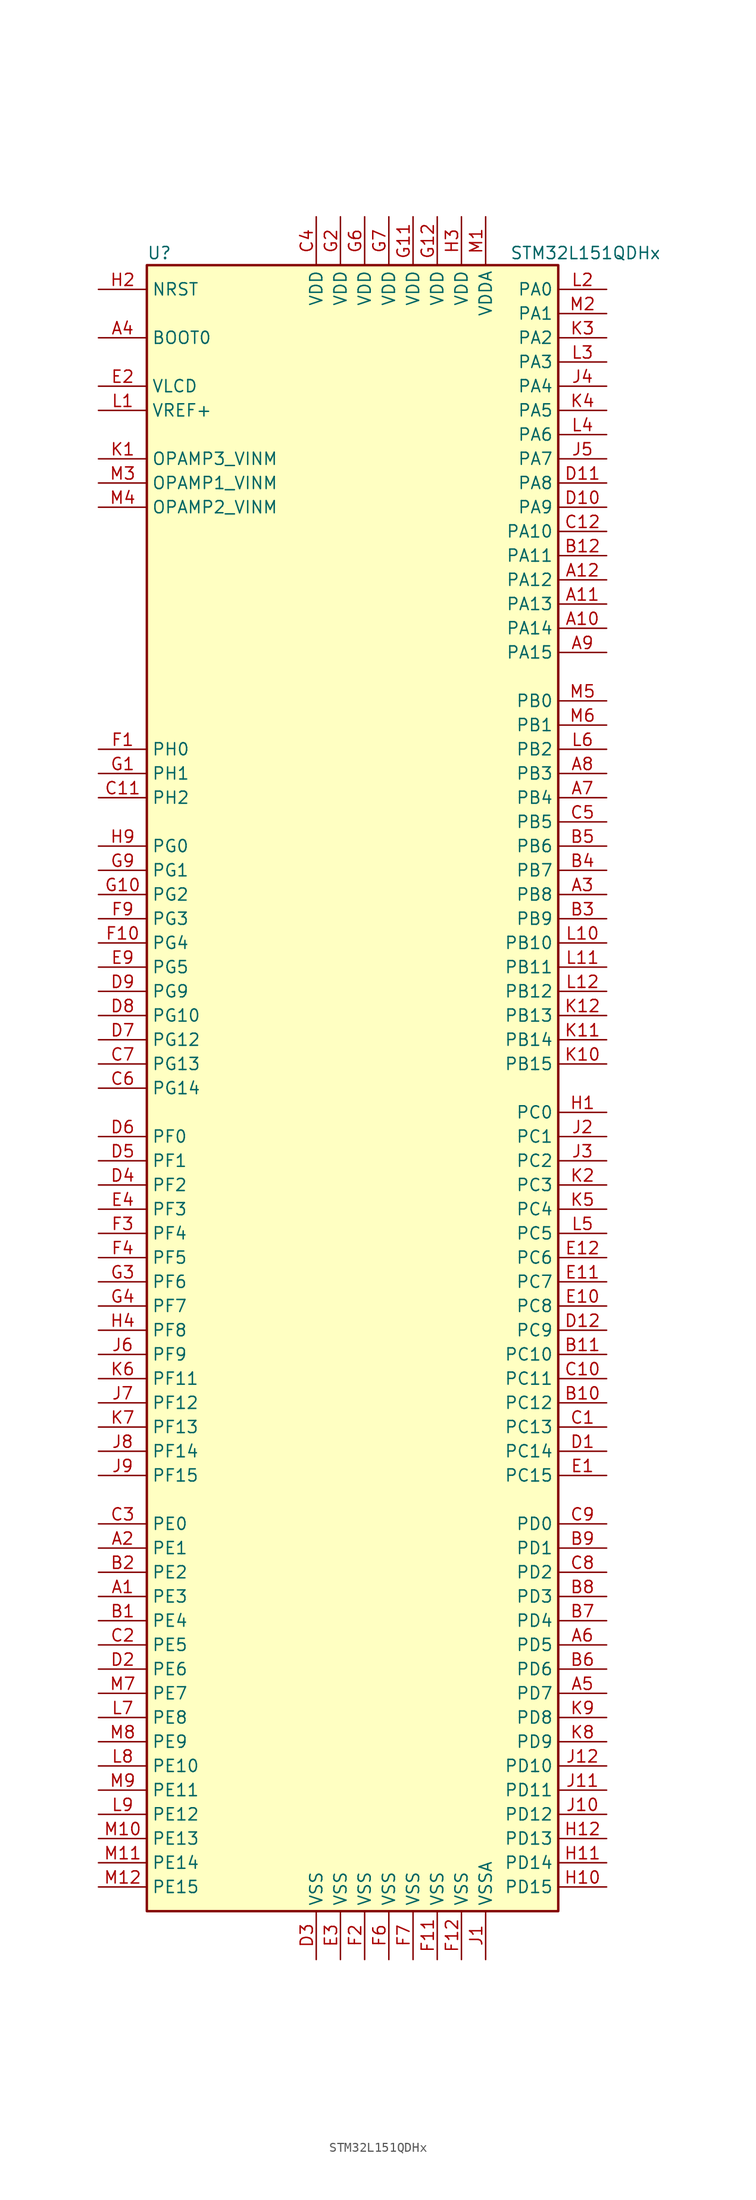
<source format=kicad_sym>
(kicad_symbol_lib
  (version 20201005)
  (generator kicad_symbol_editor)
  (symbol "STM32L151QDHx"
    (property "Reference" "U"
      (at -22.86 87.63 0)
      (effects (font (size 1.27 1.27)) (justify left)))
    (property "Value" "STM32L151QDHx"
      (at 15.24 87.63 0)
      (effects (font (size 1.27 1.27)) (justify left)))
    (symbol "STM32L151QDHx_0_1"
      (rectangle (start -22.86 -86.36) (end 20.32 86.36) (stroke (width 0.254)) (fill (type background))))
    (symbol "STM32L151QDHx_1_1"
      (pin bidirectional line (at -27.94 -53.34 0) (length 5.08) (name "PE3" (effects (font (size 1.27 1.27)))) (number "A1" (effects (font (size 1.27 1.27)))))
      (pin bidirectional line (at 25.4 48.26 180) (length 5.08) (name "PA14" (effects (font (size 1.27 1.27)))) (number "A10" (effects (font (size 1.27 1.27)))))
      (pin bidirectional line (at 25.4 50.8 180) (length 5.08) (name "PA13" (effects (font (size 1.27 1.27)))) (number "A11" (effects (font (size 1.27 1.27)))))
      (pin bidirectional line (at 25.4 53.34 180) (length 5.08) (name "PA12" (effects (font (size 1.27 1.27)))) (number "A12" (effects (font (size 1.27 1.27)))))
      (pin bidirectional line (at -27.94 -48.26 0) (length 5.08) (name "PE1" (effects (font (size 1.27 1.27)))) (number "A2" (effects (font (size 1.27 1.27)))))
      (pin bidirectional line (at 25.4 20.32 180) (length 5.08) (name "PB8" (effects (font (size 1.27 1.27)))) (number "A3" (effects (font (size 1.27 1.27)))))
      (pin input line (at -27.94 78.74 0) (length 5.08) (name "BOOT0" (effects (font (size 1.27 1.27)))) (number "A4" (effects (font (size 1.27 1.27)))))
      (pin bidirectional line (at 25.4 -63.5 180) (length 5.08) (name "PD7" (effects (font (size 1.27 1.27)))) (number "A5" (effects (font (size 1.27 1.27)))))
      (pin bidirectional line (at 25.4 -58.42 180) (length 5.08) (name "PD5" (effects (font (size 1.27 1.27)))) (number "A6" (effects (font (size 1.27 1.27)))))
      (pin bidirectional line (at 25.4 30.48 180) (length 5.08) (name "PB4" (effects (font (size 1.27 1.27)))) (number "A7" (effects (font (size 1.27 1.27)))))
      (pin bidirectional line (at 25.4 33.02 180) (length 5.08) (name "PB3" (effects (font (size 1.27 1.27)))) (number "A8" (effects (font (size 1.27 1.27)))))
      (pin bidirectional line (at 25.4 45.72 180) (length 5.08) (name "PA15" (effects (font (size 1.27 1.27)))) (number "A9" (effects (font (size 1.27 1.27)))))
      (pin bidirectional line (at -27.94 -55.88 0) (length 5.08) (name "PE4" (effects (font (size 1.27 1.27)))) (number "B1" (effects (font (size 1.27 1.27)))))
      (pin bidirectional line (at 25.4 -33.02 180) (length 5.08) (name "PC12" (effects (font (size 1.27 1.27)))) (number "B10" (effects (font (size 1.27 1.27)))))
      (pin bidirectional line (at 25.4 -27.94 180) (length 5.08) (name "PC10" (effects (font (size 1.27 1.27)))) (number "B11" (effects (font (size 1.27 1.27)))))
      (pin bidirectional line (at 25.4 55.88 180) (length 5.08) (name "PA11" (effects (font (size 1.27 1.27)))) (number "B12" (effects (font (size 1.27 1.27)))))
      (pin bidirectional line (at -27.94 -50.8 0) (length 5.08) (name "PE2" (effects (font (size 1.27 1.27)))) (number "B2" (effects (font (size 1.27 1.27)))))
      (pin bidirectional line (at 25.4 17.78 180) (length 5.08) (name "PB9" (effects (font (size 1.27 1.27)))) (number "B3" (effects (font (size 1.27 1.27)))))
      (pin bidirectional line (at 25.4 22.86 180) (length 5.08) (name "PB7" (effects (font (size 1.27 1.27)))) (number "B4" (effects (font (size 1.27 1.27)))))
      (pin bidirectional line (at 25.4 25.4 180) (length 5.08) (name "PB6" (effects (font (size 1.27 1.27)))) (number "B5" (effects (font (size 1.27 1.27)))))
      (pin bidirectional line (at 25.4 -60.96 180) (length 5.08) (name "PD6" (effects (font (size 1.27 1.27)))) (number "B6" (effects (font (size 1.27 1.27)))))
      (pin bidirectional line (at 25.4 -55.88 180) (length 5.08) (name "PD4" (effects (font (size 1.27 1.27)))) (number "B7" (effects (font (size 1.27 1.27)))))
      (pin bidirectional line (at 25.4 -53.34 180) (length 5.08) (name "PD3" (effects (font (size 1.27 1.27)))) (number "B8" (effects (font (size 1.27 1.27)))))
      (pin bidirectional line (at 25.4 -48.26 180) (length 5.08) (name "PD1" (effects (font (size 1.27 1.27)))) (number "B9" (effects (font (size 1.27 1.27)))))
      (pin bidirectional line (at 25.4 -35.56 180) (length 5.08) (name "PC13" (effects (font (size 1.27 1.27)))) (number "C1" (effects (font (size 1.27 1.27)))))
      (pin bidirectional line (at 25.4 -30.48 180) (length 5.08) (name "PC11" (effects (font (size 1.27 1.27)))) (number "C10" (effects (font (size 1.27 1.27)))))
      (pin bidirectional line (at -27.94 30.48 0) (length 5.08) (name "PH2" (effects (font (size 1.27 1.27)))) (number "C11" (effects (font (size 1.27 1.27)))))
      (pin bidirectional line (at 25.4 58.42 180) (length 5.08) (name "PA10" (effects (font (size 1.27 1.27)))) (number "C12" (effects (font (size 1.27 1.27)))))
      (pin bidirectional line (at -27.94 -58.42 0) (length 5.08) (name "PE5" (effects (font (size 1.27 1.27)))) (number "C2" (effects (font (size 1.27 1.27)))))
      (pin bidirectional line (at -27.94 -45.72 0) (length 5.08) (name "PE0" (effects (font (size 1.27 1.27)))) (number "C3" (effects (font (size 1.27 1.27)))))
      (pin power_in line (at -5.08 91.44 270) (length 5.08) (name "VDD" (effects (font (size 1.27 1.27)))) (number "C4" (effects (font (size 1.27 1.27)))))
      (pin bidirectional line (at 25.4 27.94 180) (length 5.08) (name "PB5" (effects (font (size 1.27 1.27)))) (number "C5" (effects (font (size 1.27 1.27)))))
      (pin bidirectional line (at -27.94 0 0) (length 5.08) (name "PG14" (effects (font (size 1.27 1.27)))) (number "C6" (effects (font (size 1.27 1.27)))))
      (pin bidirectional line (at -27.94 2.54 0) (length 5.08) (name "PG13" (effects (font (size 1.27 1.27)))) (number "C7" (effects (font (size 1.27 1.27)))))
      (pin bidirectional line (at 25.4 -50.8 180) (length 5.08) (name "PD2" (effects (font (size 1.27 1.27)))) (number "C8" (effects (font (size 1.27 1.27)))))
      (pin bidirectional line (at 25.4 -45.72 180) (length 5.08) (name "PD0" (effects (font (size 1.27 1.27)))) (number "C9" (effects (font (size 1.27 1.27)))))
      (pin bidirectional line (at 25.4 -38.1 180) (length 5.08) (name "PC14" (effects (font (size 1.27 1.27)))) (number "D1" (effects (font (size 1.27 1.27)))))
      (pin bidirectional line (at 25.4 60.96 180) (length 5.08) (name "PA9" (effects (font (size 1.27 1.27)))) (number "D10" (effects (font (size 1.27 1.27)))))
      (pin bidirectional line (at 25.4 63.5 180) (length 5.08) (name "PA8" (effects (font (size 1.27 1.27)))) (number "D11" (effects (font (size 1.27 1.27)))))
      (pin bidirectional line (at 25.4 -25.4 180) (length 5.08) (name "PC9" (effects (font (size 1.27 1.27)))) (number "D12" (effects (font (size 1.27 1.27)))))
      (pin bidirectional line (at -27.94 -60.96 0) (length 5.08) (name "PE6" (effects (font (size 1.27 1.27)))) (number "D2" (effects (font (size 1.27 1.27)))))
      (pin power_in line (at -5.08 -91.44 90) (length 5.08) (name "VSS" (effects (font (size 1.27 1.27)))) (number "D3" (effects (font (size 1.27 1.27)))))
      (pin bidirectional line (at -27.94 -10.16 0) (length 5.08) (name "PF2" (effects (font (size 1.27 1.27)))) (number "D4" (effects (font (size 1.27 1.27)))))
      (pin bidirectional line (at -27.94 -7.62 0) (length 5.08) (name "PF1" (effects (font (size 1.27 1.27)))) (number "D5" (effects (font (size 1.27 1.27)))))
      (pin bidirectional line (at -27.94 -5.08 0) (length 5.08) (name "PF0" (effects (font (size 1.27 1.27)))) (number "D6" (effects (font (size 1.27 1.27)))))
      (pin bidirectional line (at -27.94 5.08 0) (length 5.08) (name "PG12" (effects (font (size 1.27 1.27)))) (number "D7" (effects (font (size 1.27 1.27)))))
      (pin bidirectional line (at -27.94 7.62 0) (length 5.08) (name "PG10" (effects (font (size 1.27 1.27)))) (number "D8" (effects (font (size 1.27 1.27)))))
      (pin bidirectional line (at -27.94 10.16 0) (length 5.08) (name "PG9" (effects (font (size 1.27 1.27)))) (number "D9" (effects (font (size 1.27 1.27)))))
      (pin bidirectional line (at 25.4 -40.64 180) (length 5.08) (name "PC15" (effects (font (size 1.27 1.27)))) (number "E1" (effects (font (size 1.27 1.27)))))
      (pin bidirectional line (at 25.4 -22.86 180) (length 5.08) (name "PC8" (effects (font (size 1.27 1.27)))) (number "E10" (effects (font (size 1.27 1.27)))))
      (pin bidirectional line (at 25.4 -20.32 180) (length 5.08) (name "PC7" (effects (font (size 1.27 1.27)))) (number "E11" (effects (font (size 1.27 1.27)))))
      (pin bidirectional line (at 25.4 -17.78 180) (length 5.08) (name "PC6" (effects (font (size 1.27 1.27)))) (number "E12" (effects (font (size 1.27 1.27)))))
      (pin power_in line (at -27.94 73.66 0) (length 5.08) (name "VLCD" (effects (font (size 1.27 1.27)))) (number "E2" (effects (font (size 1.27 1.27)))))
      (pin power_in line (at -2.54 -91.44 90) (length 5.08) (name "VSS" (effects (font (size 1.27 1.27)))) (number "E3" (effects (font (size 1.27 1.27)))))
      (pin bidirectional line (at -27.94 -12.7 0) (length 5.08) (name "PF3" (effects (font (size 1.27 1.27)))) (number "E4" (effects (font (size 1.27 1.27)))))
      (pin bidirectional line (at -27.94 12.7 0) (length 5.08) (name "PG5" (effects (font (size 1.27 1.27)))) (number "E9" (effects (font (size 1.27 1.27)))))
      (pin input line (at -27.94 35.56 0) (length 5.08) (name "PH0" (effects (font (size 1.27 1.27)))) (number "F1" (effects (font (size 1.27 1.27)))))
      (pin bidirectional line (at -27.94 15.24 0) (length 5.08) (name "PG4" (effects (font (size 1.27 1.27)))) (number "F10" (effects (font (size 1.27 1.27)))))
      (pin power_in line (at 7.62 -91.44 90) (length 5.08) (name "VSS" (effects (font (size 1.27 1.27)))) (number "F11" (effects (font (size 1.27 1.27)))))
      (pin power_in line (at 10.16 -91.44 90) (length 5.08) (name "VSS" (effects (font (size 1.27 1.27)))) (number "F12" (effects (font (size 1.27 1.27)))))
      (pin power_in line (at 0 -91.44 90) (length 5.08) (name "VSS" (effects (font (size 1.27 1.27)))) (number "F2" (effects (font (size 1.27 1.27)))))
      (pin bidirectional line (at -27.94 -15.24 0) (length 5.08) (name "PF4" (effects (font (size 1.27 1.27)))) (number "F3" (effects (font (size 1.27 1.27)))))
      (pin bidirectional line (at -27.94 -17.78 0) (length 5.08) (name "PF5" (effects (font (size 1.27 1.27)))) (number "F4" (effects (font (size 1.27 1.27)))))
      (pin power_in line (at 2.54 -91.44 90) (length 5.08) (name "VSS" (effects (font (size 1.27 1.27)))) (number "F6" (effects (font (size 1.27 1.27)))))
      (pin power_in line (at 5.08 -91.44 90) (length 5.08) (name "VSS" (effects (font (size 1.27 1.27)))) (number "F7" (effects (font (size 1.27 1.27)))))
      (pin bidirectional line (at -27.94 17.78 0) (length 5.08) (name "PG3" (effects (font (size 1.27 1.27)))) (number "F9" (effects (font (size 1.27 1.27)))))
      (pin input line (at -27.94 33.02 0) (length 5.08) (name "PH1" (effects (font (size 1.27 1.27)))) (number "G1" (effects (font (size 1.27 1.27)))))
      (pin bidirectional line (at -27.94 20.32 0) (length 5.08) (name "PG2" (effects (font (size 1.27 1.27)))) (number "G10" (effects (font (size 1.27 1.27)))))
      (pin power_in line (at 5.08 91.44 270) (length 5.08) (name "VDD" (effects (font (size 1.27 1.27)))) (number "G11" (effects (font (size 1.27 1.27)))))
      (pin power_in line (at 7.62 91.44 270) (length 5.08) (name "VDD" (effects (font (size 1.27 1.27)))) (number "G12" (effects (font (size 1.27 1.27)))))
      (pin power_in line (at -2.54 91.44 270) (length 5.08) (name "VDD" (effects (font (size 1.27 1.27)))) (number "G2" (effects (font (size 1.27 1.27)))))
      (pin bidirectional line (at -27.94 -20.32 0) (length 5.08) (name "PF6" (effects (font (size 1.27 1.27)))) (number "G3" (effects (font (size 1.27 1.27)))))
      (pin bidirectional line (at -27.94 -22.86 0) (length 5.08) (name "PF7" (effects (font (size 1.27 1.27)))) (number "G4" (effects (font (size 1.27 1.27)))))
      (pin power_in line (at 0 91.44 270) (length 5.08) (name "VDD" (effects (font (size 1.27 1.27)))) (number "G6" (effects (font (size 1.27 1.27)))))
      (pin power_in line (at 2.54 91.44 270) (length 5.08) (name "VDD" (effects (font (size 1.27 1.27)))) (number "G7" (effects (font (size 1.27 1.27)))))
      (pin bidirectional line (at -27.94 22.86 0) (length 5.08) (name "PG1" (effects (font (size 1.27 1.27)))) (number "G9" (effects (font (size 1.27 1.27)))))
      (pin bidirectional line (at 25.4 -2.54 180) (length 5.08) (name "PC0" (effects (font (size 1.27 1.27)))) (number "H1" (effects (font (size 1.27 1.27)))))
      (pin bidirectional line (at 25.4 -83.82 180) (length 5.08) (name "PD15" (effects (font (size 1.27 1.27)))) (number "H10" (effects (font (size 1.27 1.27)))))
      (pin bidirectional line (at 25.4 -81.28 180) (length 5.08) (name "PD14" (effects (font (size 1.27 1.27)))) (number "H11" (effects (font (size 1.27 1.27)))))
      (pin bidirectional line (at 25.4 -78.74 180) (length 5.08) (name "PD13" (effects (font (size 1.27 1.27)))) (number "H12" (effects (font (size 1.27 1.27)))))
      (pin input line (at -27.94 83.82 0) (length 5.08) (name "NRST" (effects (font (size 1.27 1.27)))) (number "H2" (effects (font (size 1.27 1.27)))))
      (pin power_in line (at 10.16 91.44 270) (length 5.08) (name "VDD" (effects (font (size 1.27 1.27)))) (number "H3" (effects (font (size 1.27 1.27)))))
      (pin bidirectional line (at -27.94 -25.4 0) (length 5.08) (name "PF8" (effects (font (size 1.27 1.27)))) (number "H4" (effects (font (size 1.27 1.27)))))
      (pin bidirectional line (at -27.94 25.4 0) (length 5.08) (name "PG0" (effects (font (size 1.27 1.27)))) (number "H9" (effects (font (size 1.27 1.27)))))
      (pin power_in line (at 12.7 -91.44 90) (length 5.08) (name "VSSA" (effects (font (size 1.27 1.27)))) (number "J1" (effects (font (size 1.27 1.27)))))
      (pin bidirectional line (at 25.4 -76.2 180) (length 5.08) (name "PD12" (effects (font (size 1.27 1.27)))) (number "J10" (effects (font (size 1.27 1.27)))))
      (pin bidirectional line (at 25.4 -73.66 180) (length 5.08) (name "PD11" (effects (font (size 1.27 1.27)))) (number "J11" (effects (font (size 1.27 1.27)))))
      (pin bidirectional line (at 25.4 -71.12 180) (length 5.08) (name "PD10" (effects (font (size 1.27 1.27)))) (number "J12" (effects (font (size 1.27 1.27)))))
      (pin bidirectional line (at 25.4 -5.08 180) (length 5.08) (name "PC1" (effects (font (size 1.27 1.27)))) (number "J2" (effects (font (size 1.27 1.27)))))
      (pin bidirectional line (at 25.4 -7.62 180) (length 5.08) (name "PC2" (effects (font (size 1.27 1.27)))) (number "J3" (effects (font (size 1.27 1.27)))))
      (pin bidirectional line (at 25.4 73.66 180) (length 5.08) (name "PA4" (effects (font (size 1.27 1.27)))) (number "J4" (effects (font (size 1.27 1.27)))))
      (pin bidirectional line (at 25.4 66.04 180) (length 5.08) (name "PA7" (effects (font (size 1.27 1.27)))) (number "J5" (effects (font (size 1.27 1.27)))))
      (pin bidirectional line (at -27.94 -27.94 0) (length 5.08) (name "PF9" (effects (font (size 1.27 1.27)))) (number "J6" (effects (font (size 1.27 1.27)))))
      (pin bidirectional line (at -27.94 -33.02 0) (length 5.08) (name "PF12" (effects (font (size 1.27 1.27)))) (number "J7" (effects (font (size 1.27 1.27)))))
      (pin bidirectional line (at -27.94 -38.1 0) (length 5.08) (name "PF14" (effects (font (size 1.27 1.27)))) (number "J8" (effects (font (size 1.27 1.27)))))
      (pin bidirectional line (at -27.94 -40.64 0) (length 5.08) (name "PF15" (effects (font (size 1.27 1.27)))) (number "J9" (effects (font (size 1.27 1.27)))))
      (pin bidirectional line (at -27.94 66.04 0) (length 5.08) (name "OPAMP3_VINM" (effects (font (size 1.27 1.27)))) (number "K1" (effects (font (size 1.27 1.27)))))
      (pin bidirectional line (at 25.4 2.54 180) (length 5.08) (name "PB15" (effects (font (size 1.27 1.27)))) (number "K10" (effects (font (size 1.27 1.27)))))
      (pin bidirectional line (at 25.4 5.08 180) (length 5.08) (name "PB14" (effects (font (size 1.27 1.27)))) (number "K11" (effects (font (size 1.27 1.27)))))
      (pin bidirectional line (at 25.4 7.62 180) (length 5.08) (name "PB13" (effects (font (size 1.27 1.27)))) (number "K12" (effects (font (size 1.27 1.27)))))
      (pin bidirectional line (at 25.4 -10.16 180) (length 5.08) (name "PC3" (effects (font (size 1.27 1.27)))) (number "K2" (effects (font (size 1.27 1.27)))))
      (pin bidirectional line (at 25.4 78.74 180) (length 5.08) (name "PA2" (effects (font (size 1.27 1.27)))) (number "K3" (effects (font (size 1.27 1.27)))))
      (pin bidirectional line (at 25.4 71.12 180) (length 5.08) (name "PA5" (effects (font (size 1.27 1.27)))) (number "K4" (effects (font (size 1.27 1.27)))))
      (pin bidirectional line (at 25.4 -12.7 180) (length 5.08) (name "PC4" (effects (font (size 1.27 1.27)))) (number "K5" (effects (font (size 1.27 1.27)))))
      (pin bidirectional line (at -27.94 -30.48 0) (length 5.08) (name "PF11" (effects (font (size 1.27 1.27)))) (number "K6" (effects (font (size 1.27 1.27)))))
      (pin bidirectional line (at -27.94 -35.56 0) (length 5.08) (name "PF13" (effects (font (size 1.27 1.27)))) (number "K7" (effects (font (size 1.27 1.27)))))
      (pin bidirectional line (at 25.4 -68.58 180) (length 5.08) (name "PD9" (effects (font (size 1.27 1.27)))) (number "K8" (effects (font (size 1.27 1.27)))))
      (pin bidirectional line (at 25.4 -66.04 180) (length 5.08) (name "PD8" (effects (font (size 1.27 1.27)))) (number "K9" (effects (font (size 1.27 1.27)))))
      (pin power_in line (at -27.94 71.12 0) (length 5.08) (name "VREF+" (effects (font (size 1.27 1.27)))) (number "L1" (effects (font (size 1.27 1.27)))))
      (pin bidirectional line (at 25.4 15.24 180) (length 5.08) (name "PB10" (effects (font (size 1.27 1.27)))) (number "L10" (effects (font (size 1.27 1.27)))))
      (pin bidirectional line (at 25.4 12.7 180) (length 5.08) (name "PB11" (effects (font (size 1.27 1.27)))) (number "L11" (effects (font (size 1.27 1.27)))))
      (pin bidirectional line (at 25.4 10.16 180) (length 5.08) (name "PB12" (effects (font (size 1.27 1.27)))) (number "L12" (effects (font (size 1.27 1.27)))))
      (pin bidirectional line (at 25.4 83.82 180) (length 5.08) (name "PA0" (effects (font (size 1.27 1.27)))) (number "L2" (effects (font (size 1.27 1.27)))))
      (pin bidirectional line (at 25.4 76.2 180) (length 5.08) (name "PA3" (effects (font (size 1.27 1.27)))) (number "L3" (effects (font (size 1.27 1.27)))))
      (pin bidirectional line (at 25.4 68.58 180) (length 5.08) (name "PA6" (effects (font (size 1.27 1.27)))) (number "L4" (effects (font (size 1.27 1.27)))))
      (pin bidirectional line (at 25.4 -15.24 180) (length 5.08) (name "PC5" (effects (font (size 1.27 1.27)))) (number "L5" (effects (font (size 1.27 1.27)))))
      (pin bidirectional line (at 25.4 35.56 180) (length 5.08) (name "PB2" (effects (font (size 1.27 1.27)))) (number "L6" (effects (font (size 1.27 1.27)))))
      (pin bidirectional line (at -27.94 -66.04 0) (length 5.08) (name "PE8" (effects (font (size 1.27 1.27)))) (number "L7" (effects (font (size 1.27 1.27)))))
      (pin bidirectional line (at -27.94 -71.12 0) (length 5.08) (name "PE10" (effects (font (size 1.27 1.27)))) (number "L8" (effects (font (size 1.27 1.27)))))
      (pin bidirectional line (at -27.94 -76.2 0) (length 5.08) (name "PE12" (effects (font (size 1.27 1.27)))) (number "L9" (effects (font (size 1.27 1.27)))))
      (pin power_in line (at 12.7 91.44 270) (length 5.08) (name "VDDA" (effects (font (size 1.27 1.27)))) (number "M1" (effects (font (size 1.27 1.27)))))
      (pin bidirectional line (at -27.94 -78.74 0) (length 5.08) (name "PE13" (effects (font (size 1.27 1.27)))) (number "M10" (effects (font (size 1.27 1.27)))))
      (pin bidirectional line (at -27.94 -81.28 0) (length 5.08) (name "PE14" (effects (font (size 1.27 1.27)))) (number "M11" (effects (font (size 1.27 1.27)))))
      (pin bidirectional line (at -27.94 -83.82 0) (length 5.08) (name "PE15" (effects (font (size 1.27 1.27)))) (number "M12" (effects (font (size 1.27 1.27)))))
      (pin bidirectional line (at 25.4 81.28 180) (length 5.08) (name "PA1" (effects (font (size 1.27 1.27)))) (number "M2" (effects (font (size 1.27 1.27)))))
      (pin bidirectional line (at -27.94 63.5 0) (length 5.08) (name "OPAMP1_VINM" (effects (font (size 1.27 1.27)))) (number "M3" (effects (font (size 1.27 1.27)))))
      (pin bidirectional line (at -27.94 60.96 0) (length 5.08) (name "OPAMP2_VINM" (effects (font (size 1.27 1.27)))) (number "M4" (effects (font (size 1.27 1.27)))))
      (pin bidirectional line (at 25.4 40.64 180) (length 5.08) (name "PB0" (effects (font (size 1.27 1.27)))) (number "M5" (effects (font (size 1.27 1.27)))))
      (pin bidirectional line (at 25.4 38.1 180) (length 5.08) (name "PB1" (effects (font (size 1.27 1.27)))) (number "M6" (effects (font (size 1.27 1.27)))))
      (pin bidirectional line (at -27.94 -63.5 0) (length 5.08) (name "PE7" (effects (font (size 1.27 1.27)))) (number "M7" (effects (font (size 1.27 1.27)))))
      (pin bidirectional line (at -27.94 -68.58 0) (length 5.08) (name "PE9" (effects (font (size 1.27 1.27)))) (number "M8" (effects (font (size 1.27 1.27)))))
      (pin bidirectional line (at -27.94 -73.66 0) (length 5.08) (name "PE11" (effects (font (size 1.27 1.27)))) (number "M9" (effects (font (size 1.27 1.27))))))))
</source>
